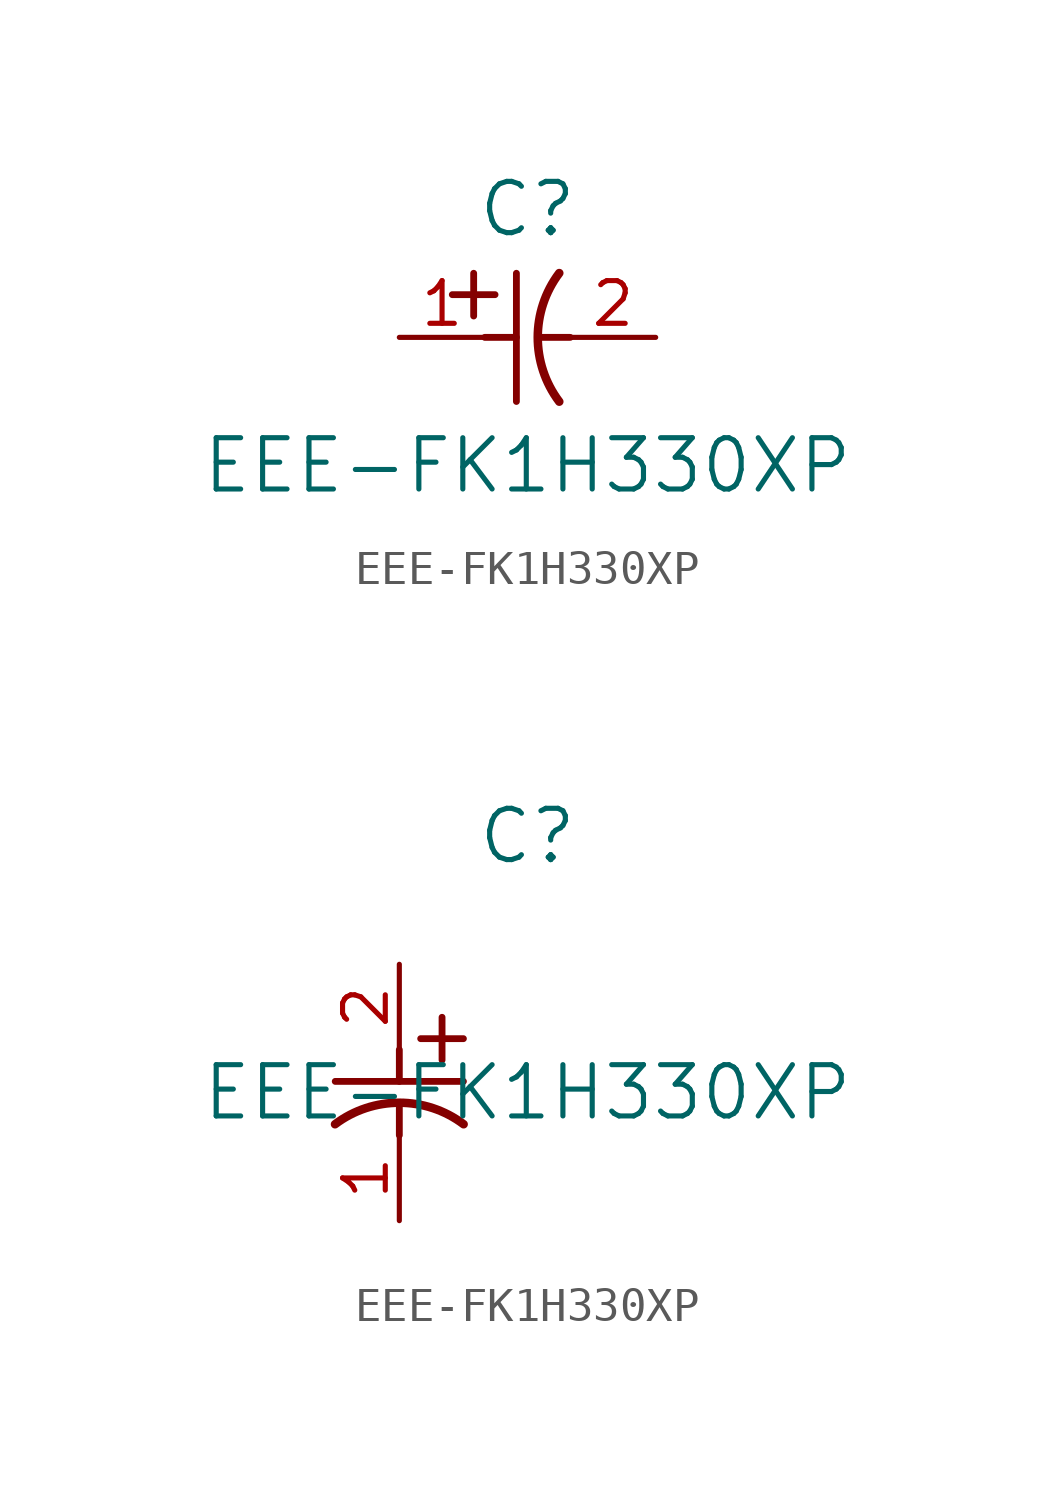
<source format=kicad_sym>
(kicad_symbol_lib
  (version 20211014)
  (generator kicad_symbol_editor)
  (symbol "EEE-FK1H330XP"
    (pin_names
      (offset 0.254))
    (property "Reference" "C"
      (at 3.81 3.81 0)
      (effects (font (size 1.524 1.524))))
    (property "Value" "EEE-FK1H330XP"
      (at 3.81 -3.81 0)
      (effects (font (size 1.524 1.524))))
    (symbol "EEE-FK1H330XP_1_1"
      (polyline (pts (xy 2.21 0.635) (xy 2.21 1.905)) (stroke (width 0.203) (type default) (color 0 0 0 0)) (fill (type none)))
      (arc (start 4.754132 1.910763) (mid 4.1148 0) (end 4.754132 -1.910763) (stroke (width 0.254) (type default) (color 0 0 0 0)) (fill (type none)))
      (polyline (pts (xy 4.115 0) (xy 5.08 0)) (stroke (width 0.203) (type default) (color 0 0 0 0)) (fill (type none)))
      (polyline (pts (xy 3.48 -1.905) (xy 3.48 1.905)) (stroke (width 0.203) (type default) (color 0 0 0 0)) (fill (type none)))
      (polyline (pts (xy 1.575 1.27) (xy 2.845 1.27)) (stroke (width 0.203) (type default) (color 0 0 0 0)) (fill (type none)))
      (polyline (pts (xy 2.54 0) (xy 3.48 0)) (stroke (width 0.203) (type default) (color 0 0 0 0)) (fill (type none)))
      (pin unspecified line (at 0 0 0) (length 2.54) (name "" (effects (font (size 1.27 1.27)))) (number "1" (effects (font (size 1.27 1.27)))))
      (pin unspecified line (at 7.62 0 180) (length 2.54) (name "" (effects (font (size 1.27 1.27)))) (number "2" (effects (font (size 1.27 1.27))))))
    (symbol "EEE-FK1H330XP_1_2"
      (polyline (pts (xy 0 -2.54) (xy 0 -3.48)) (stroke (width 0.203) (type default) (color 0 0 0 0)) (fill (type none)))
      (arc (start 1.910763 -4.754132) (mid 0 -4.1148) (end -1.910763 -4.754132) (stroke (width 0.254) (type default) (color 0 0 0 0)) (fill (type none)))
      (polyline (pts (xy -1.905 -3.48) (xy 1.905 -3.48)) (stroke (width 0.203) (type default) (color 0 0 0 0)) (fill (type none)))
      (polyline (pts (xy 0.635 -2.21) (xy 1.905 -2.21)) (stroke (width 0.203) (type default) (color 0 0 0 0)) (fill (type none)))
      (polyline (pts (xy 1.27 -1.575) (xy 1.27 -2.845)) (stroke (width 0.203) (type default) (color 0 0 0 0)) (fill (type none)))
      (polyline (pts (xy 0 -4.115) (xy 0 -5.08)) (stroke (width 0.203) (type default) (color 0 0 0 0)) (fill (type none)))
      (pin unspecified line (at 0 -7.62 90) (length 2.54) (name "" (effects (font (size 1.27 1.27)))) (number "1" (effects (font (size 1.27 1.27)))))
      (pin unspecified line (at 0 0 270) (length 2.54) (name "" (effects (font (size 1.27 1.27)))) (number "2" (effects (font (size 1.27 1.27))))))))
</source>
